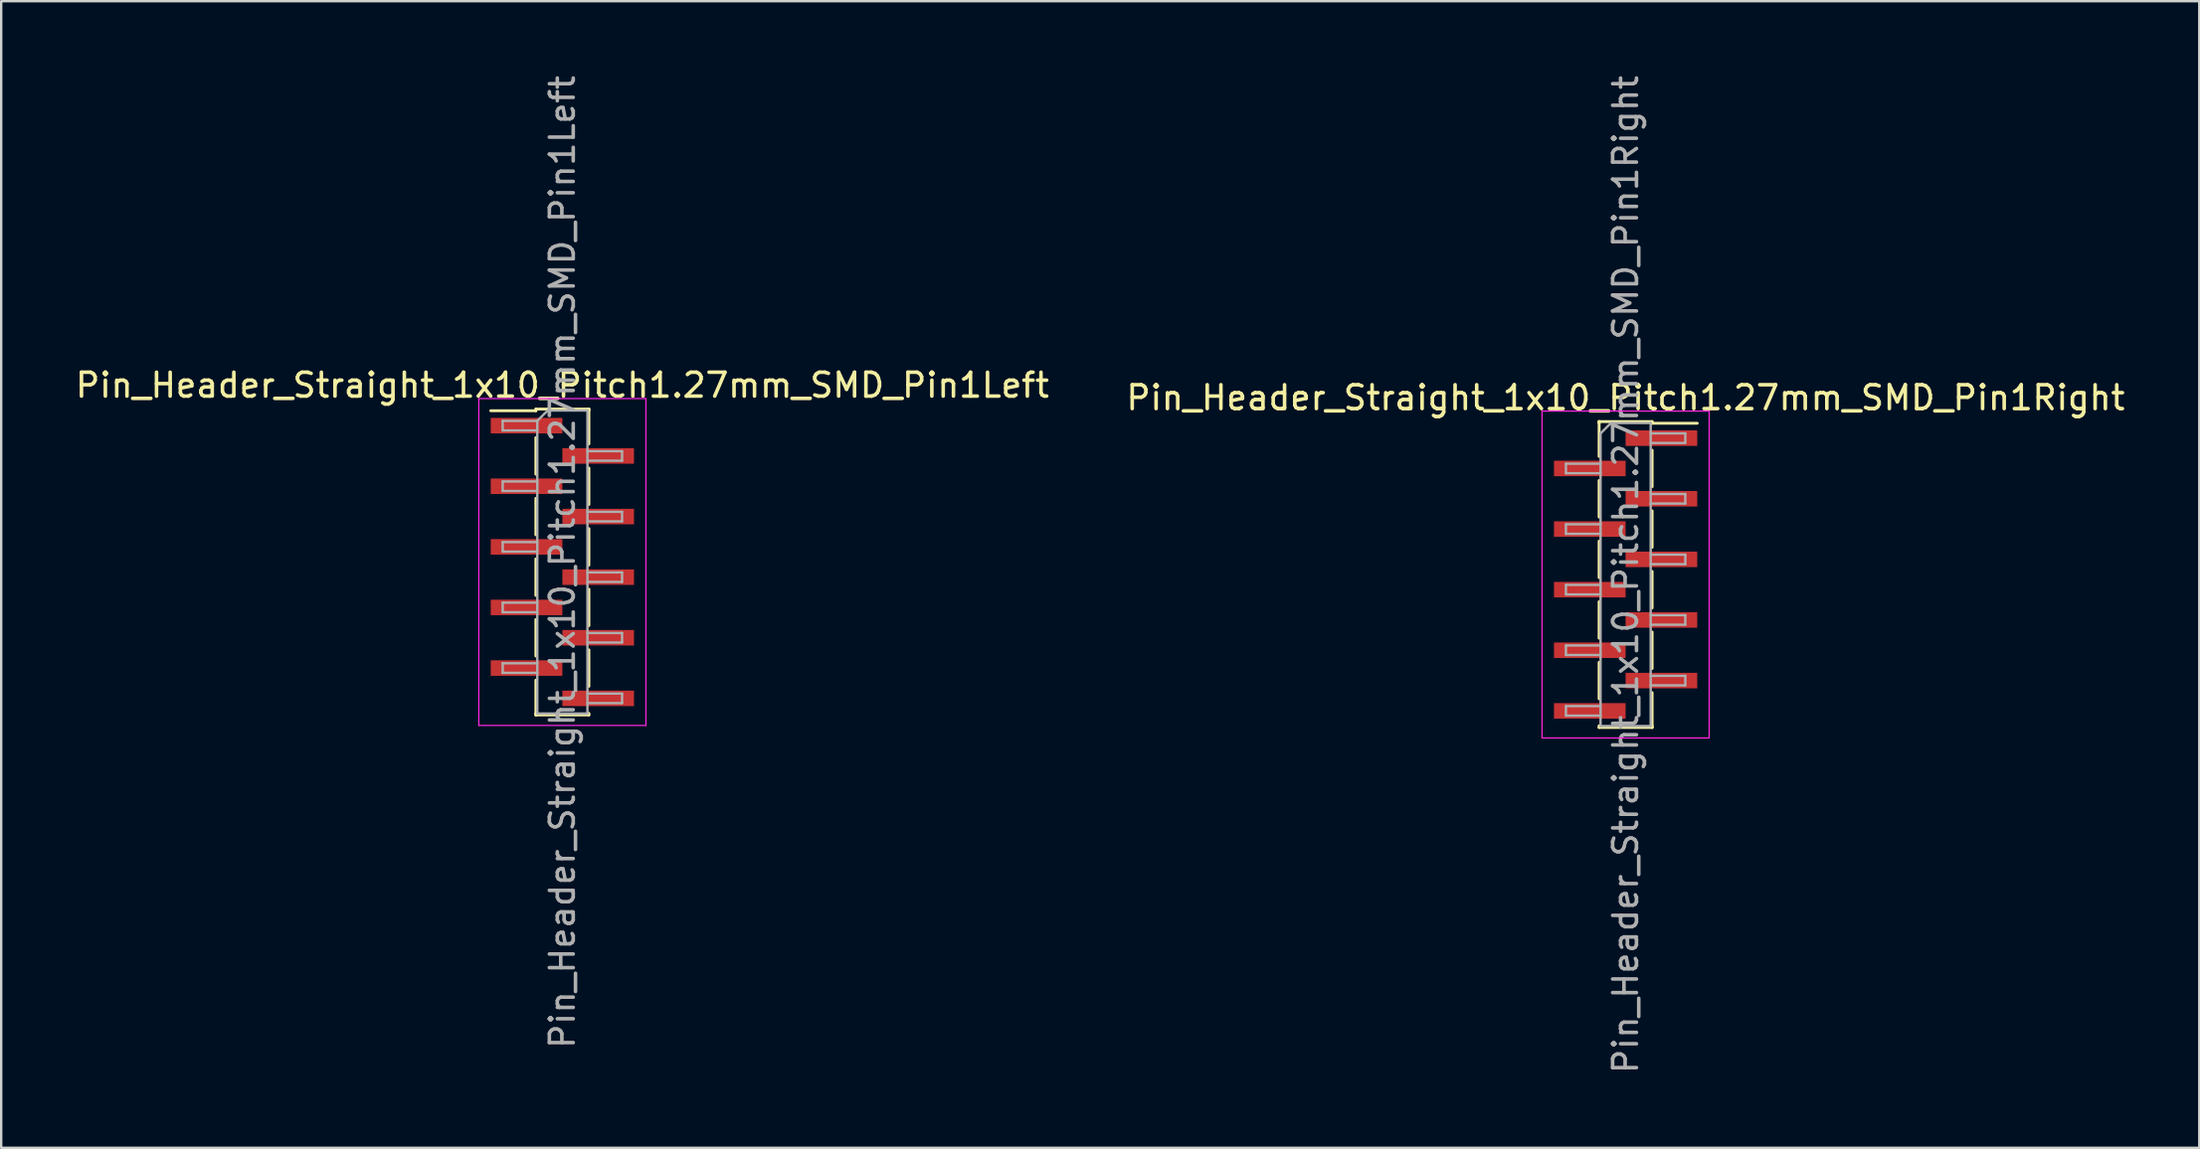
<source format=kicad_pcb>
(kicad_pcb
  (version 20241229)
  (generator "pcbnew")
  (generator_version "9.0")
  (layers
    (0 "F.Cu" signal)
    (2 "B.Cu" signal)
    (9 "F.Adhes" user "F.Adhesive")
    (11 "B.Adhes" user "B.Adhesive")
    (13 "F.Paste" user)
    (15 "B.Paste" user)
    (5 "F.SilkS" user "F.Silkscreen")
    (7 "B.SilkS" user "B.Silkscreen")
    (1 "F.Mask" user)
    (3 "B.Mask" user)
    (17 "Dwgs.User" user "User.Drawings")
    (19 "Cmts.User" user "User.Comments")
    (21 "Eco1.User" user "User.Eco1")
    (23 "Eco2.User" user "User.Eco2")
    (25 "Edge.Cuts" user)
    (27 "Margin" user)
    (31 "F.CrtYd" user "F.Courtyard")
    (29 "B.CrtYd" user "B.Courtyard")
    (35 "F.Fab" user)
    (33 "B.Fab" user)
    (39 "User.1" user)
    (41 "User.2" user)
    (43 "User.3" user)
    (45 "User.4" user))
  (footprint "Pin_Header_Straight_1x10_Pitch1.27mm_SMD_Pin1Left"
    (layer "F.Cu")
    (at 20.506 20.506)
    (property "Reference" "Pin_Header_Straight_1x10_Pitch1.27mm_SMD_Pin1Left" (at 0 -7.41 0) (layer "F.SilkS") (effects (font (size 1 1) (thickness 0.15))))
    (attr smd)
    (fp_line (start -1.11 -6.41) (end 1.11 -6.41) (stroke (width 0.12) (type solid)) (layer "F.SilkS"))
    (fp_line (start -1.11 -6.34) (end -3 -6.34) (stroke (width 0.12) (type solid)) (layer "F.SilkS"))
    (fp_line (start -1.11 -6.34) (end -1.11 -6.41) (stroke (width 0.12) (type solid)) (layer "F.SilkS"))
    (fp_line (start -1.11 -5.21) (end -1.11 -3.68) (stroke (width 0.12) (type solid)) (layer "F.SilkS"))
    (fp_line (start -1.11 -2.67) (end -1.11 -1.14) (stroke (width 0.12) (type solid)) (layer "F.SilkS"))
    (fp_line (start -1.11 -0.13) (end -1.11 1.4) (stroke (width 0.12) (type solid)) (layer "F.SilkS"))
    (fp_line (start -1.11 2.41) (end -1.11 3.94) (stroke (width 0.12) (type solid)) (layer "F.SilkS"))
    (fp_line (start -1.11 4.95) (end -1.11 6.41) (stroke (width 0.12) (type solid)) (layer "F.SilkS"))
    (fp_line (start -1.11 6.34) (end -1.11 6.41) (stroke (width 0.12) (type solid)) (layer "F.SilkS"))
    (fp_line (start -1.11 6.41) (end 1.11 6.41) (stroke (width 0.12) (type solid)) (layer "F.SilkS"))
    (fp_line (start 1.11 -6.41) (end 1.11 -6.34) (stroke (width 0.12) (type solid)) (layer "F.SilkS"))
    (fp_line (start 1.11 -6.41) (end 1.11 -4.95) (stroke (width 0.12) (type solid)) (layer "F.SilkS"))
    (fp_line (start 1.11 -3.94) (end 1.11 -2.41) (stroke (width 0.12) (type solid)) (layer "F.SilkS"))
    (fp_line (start 1.11 -1.4) (end 1.11 0.13) (stroke (width 0.12) (type solid)) (layer "F.SilkS"))
    (fp_line (start 1.11 1.14) (end 1.11 2.67) (stroke (width 0.12) (type solid)) (layer "F.SilkS"))
    (fp_line (start 1.11 3.68) (end 1.11 5.21) (stroke (width 0.12) (type solid)) (layer "F.SilkS"))
    (fp_line (start 1.11 6.41) (end 1.11 6.34) (stroke (width 0.12) (type solid)) (layer "F.SilkS"))
    (fp_line (start -3.5 -6.85) (end -3.5 6.85) (stroke (width 0.05) (type solid)) (layer "F.CrtYd"))
    (fp_line (start -3.5 6.85) (end 3.5 6.85) (stroke (width 0.05) (type solid)) (layer "F.CrtYd"))
    (fp_line (start 3.5 -6.85) (end -3.5 -6.85) (stroke (width 0.05) (type solid)) (layer "F.CrtYd"))
    (fp_line (start 3.5 6.85) (end 3.5 -6.85) (stroke (width 0.05) (type solid)) (layer "F.CrtYd"))
    (fp_line (start -2.5 -5.915) (end -2.5 -5.515) (stroke (width 0.1) (type solid)) (layer "F.Fab"))
    (fp_line (start -2.5 -5.515) (end -1.05 -5.515) (stroke (width 0.1) (type solid)) (layer "F.Fab"))
    (fp_line (start -2.5 -3.375) (end -2.5 -2.975) (stroke (width 0.1) (type solid)) (layer "F.Fab"))
    (fp_line (start -2.5 -2.975) (end -1.05 -2.975) (stroke (width 0.1) (type solid)) (layer "F.Fab"))
    (fp_line (start -2.5 -0.835) (end -2.5 -0.435) (stroke (width 0.1) (type solid)) (layer "F.Fab"))
    (fp_line (start -2.5 -0.435) (end -1.05 -0.435) (stroke (width 0.1) (type solid)) (layer "F.Fab"))
    (fp_line (start -2.5 1.705) (end -2.5 2.105) (stroke (width 0.1) (type solid)) (layer "F.Fab"))
    (fp_line (start -2.5 2.105) (end -1.05 2.105) (stroke (width 0.1) (type solid)) (layer "F.Fab"))
    (fp_line (start -2.5 4.245) (end -2.5 4.645) (stroke (width 0.1) (type solid)) (layer "F.Fab"))
    (fp_line (start -2.5 4.645) (end -1.05 4.645) (stroke (width 0.1) (type solid)) (layer "F.Fab"))
    (fp_line (start -1.05 -5.915) (end -2.5 -5.915) (stroke (width 0.1) (type solid)) (layer "F.Fab"))
    (fp_line (start -1.05 -5.915) (end -0.615 -6.35) (stroke (width 0.1) (type solid)) (layer "F.Fab"))
    (fp_line (start -1.05 -3.375) (end -2.5 -3.375) (stroke (width 0.1) (type solid)) (layer "F.Fab"))
    (fp_line (start -1.05 -0.835) (end -2.5 -0.835) (stroke (width 0.1) (type solid)) (layer "F.Fab"))
    (fp_line (start -1.05 1.705) (end -2.5 1.705) (stroke (width 0.1) (type solid)) (layer "F.Fab"))
    (fp_line (start -1.05 4.245) (end -2.5 4.245) (stroke (width 0.1) (type solid)) (layer "F.Fab"))
    (fp_line (start -1.05 6.35) (end -1.05 -5.915) (stroke (width 0.1) (type solid)) (layer "F.Fab"))
    (fp_line (start -0.615 -6.35) (end 1.05 -6.35) (stroke (width 0.1) (type solid)) (layer "F.Fab"))
    (fp_line (start 1.05 -6.35) (end 1.05 6.35) (stroke (width 0.1) (type solid)) (layer "F.Fab"))
    (fp_line (start 1.05 -4.645) (end 2.5 -4.645) (stroke (width 0.1) (type solid)) (layer "F.Fab"))
    (fp_line (start 1.05 -2.105) (end 2.5 -2.105) (stroke (width 0.1) (type solid)) (layer "F.Fab"))
    (fp_line (start 1.05 0.435) (end 2.5 0.435) (stroke (width 0.1) (type solid)) (layer "F.Fab"))
    (fp_line (start 1.05 2.975) (end 2.5 2.975) (stroke (width 0.1) (type solid)) (layer "F.Fab"))
    (fp_line (start 1.05 5.515) (end 2.5 5.515) (stroke (width 0.1) (type solid)) (layer "F.Fab"))
    (fp_line (start 1.05 6.35) (end -1.05 6.35) (stroke (width 0.1) (type solid)) (layer "F.Fab"))
    (fp_line (start 2.5 -4.645) (end 2.5 -4.245) (stroke (width 0.1) (type solid)) (layer "F.Fab"))
    (fp_line (start 2.5 -4.245) (end 1.05 -4.245) (stroke (width 0.1) (type solid)) (layer "F.Fab"))
    (fp_line (start 2.5 -2.105) (end 2.5 -1.705) (stroke (width 0.1) (type solid)) (layer "F.Fab"))
    (fp_line (start 2.5 -1.705) (end 1.05 -1.705) (stroke (width 0.1) (type solid)) (layer "F.Fab"))
    (fp_line (start 2.5 0.435) (end 2.5 0.835) (stroke (width 0.1) (type solid)) (layer "F.Fab"))
    (fp_line (start 2.5 0.835) (end 1.05 0.835) (stroke (width 0.1) (type solid)) (layer "F.Fab"))
    (fp_line (start 2.5 2.975) (end 2.5 3.375) (stroke (width 0.1) (type solid)) (layer "F.Fab"))
    (fp_line (start 2.5 3.375) (end 1.05 3.375) (stroke (width 0.1) (type solid)) (layer "F.Fab"))
    (fp_line (start 2.5 5.515) (end 2.5 5.915) (stroke (width 0.1) (type solid)) (layer "F.Fab"))
    (fp_line (start 2.5 5.915) (end 1.05 5.915) (stroke (width 0.1) (type solid)) (layer "F.Fab"))
    (fp_text user "${REFERENCE}" (at 0 0 90) (layer "F.Fab") (effects (font (size 1 1) (thickness 0.15))))
    (pad "1" smd rect (at -1.5 -5.715) (size 3 0.65) (layers "F.Cu" "F.Mask" "F.Paste"))
    (pad "2" smd rect (at 1.5 -4.445) (size 3 0.65) (layers "F.Cu" "F.Mask" "F.Paste"))
    (pad "3" smd rect (at -1.5 -3.175) (size 3 0.65) (layers "F.Cu" "F.Mask" "F.Paste"))
    (pad "4" smd rect (at 1.5 -1.905) (size 3 0.65) (layers "F.Cu" "F.Mask" "F.Paste"))
    (pad "5" smd rect (at -1.5 -0.635) (size 3 0.65) (layers "F.Cu" "F.Mask" "F.Paste"))
    (pad "6" smd rect (at 1.5 0.635) (size 3 0.65) (layers "F.Cu" "F.Mask" "F.Paste"))
    (pad "7" smd rect (at -1.5 1.905) (size 3 0.65) (layers "F.Cu" "F.Mask" "F.Paste"))
    (pad "8" smd rect (at 1.5 3.175) (size 3 0.65) (layers "F.Cu" "F.Mask" "F.Paste"))
    (pad "9" smd rect (at -1.5 4.445) (size 3 0.65) (layers "F.Cu" "F.Mask" "F.Paste"))
    (pad "10" smd rect (at 1.5 5.715) (size 3 0.65) (layers "F.Cu" "F.Mask" "F.Paste")))
  (footprint "Pin_Header_Straight_1x10_Pitch1.27mm_SMD_Pin1Right"
    (layer "F.Cu")
    (at 65.042 21.03)
    (property "Reference" "Pin_Header_Straight_1x10_Pitch1.27mm_SMD_Pin1Right" (at 0 -7.41 0) (layer "F.SilkS") (effects (font (size 1 1) (thickness 0.15))))
    (attr smd)
    (fp_line (start -1.11 -6.41) (end -1.11 -4.95) (stroke (width 0.12) (type solid)) (layer "F.SilkS"))
    (fp_line (start -1.11 -6.41) (end 1.11 -6.41) (stroke (width 0.12) (type solid)) (layer "F.SilkS"))
    (fp_line (start -1.11 -6.34) (end -1.11 -6.41) (stroke (width 0.12) (type solid)) (layer "F.SilkS"))
    (fp_line (start -1.11 -3.94) (end -1.11 -2.41) (stroke (width 0.12) (type solid)) (layer "F.SilkS"))
    (fp_line (start -1.11 -1.4) (end -1.11 0.13) (stroke (width 0.12) (type solid)) (layer "F.SilkS"))
    (fp_line (start -1.11 1.14) (end -1.11 2.67) (stroke (width 0.12) (type solid)) (layer "F.SilkS"))
    (fp_line (start -1.11 3.68) (end -1.11 5.21) (stroke (width 0.12) (type solid)) (layer "F.SilkS"))
    (fp_line (start -1.11 6.34) (end -1.11 6.41) (stroke (width 0.12) (type solid)) (layer "F.SilkS"))
    (fp_line (start -1.11 6.41) (end 1.11 6.41) (stroke (width 0.12) (type solid)) (layer "F.SilkS"))
    (fp_line (start 1.11 -6.41) (end 1.11 -6.34) (stroke (width 0.12) (type solid)) (layer "F.SilkS"))
    (fp_line (start 1.11 -6.34) (end 3 -6.34) (stroke (width 0.12) (type solid)) (layer "F.SilkS"))
    (fp_line (start 1.11 -5.21) (end 1.11 -3.68) (stroke (width 0.12) (type solid)) (layer "F.SilkS"))
    (fp_line (start 1.11 -2.67) (end 1.11 -1.14) (stroke (width 0.12) (type solid)) (layer "F.SilkS"))
    (fp_line (start 1.11 -0.13) (end 1.11 1.4) (stroke (width 0.12) (type solid)) (layer "F.SilkS"))
    (fp_line (start 1.11 2.41) (end 1.11 3.94) (stroke (width 0.12) (type solid)) (layer "F.SilkS"))
    (fp_line (start 1.11 4.95) (end 1.11 6.41) (stroke (width 0.12) (type solid)) (layer "F.SilkS"))
    (fp_line (start 1.11 6.41) (end 1.11 6.34) (stroke (width 0.12) (type solid)) (layer "F.SilkS"))
    (fp_line (start -3.5 -6.85) (end -3.5 6.85) (stroke (width 0.05) (type solid)) (layer "F.CrtYd"))
    (fp_line (start -3.5 6.85) (end 3.5 6.85) (stroke (width 0.05) (type solid)) (layer "F.CrtYd"))
    (fp_line (start 3.5 -6.85) (end -3.5 -6.85) (stroke (width 0.05) (type solid)) (layer "F.CrtYd"))
    (fp_line (start 3.5 6.85) (end 3.5 -6.85) (stroke (width 0.05) (type solid)) (layer "F.CrtYd"))
    (fp_line (start -2.5 -4.645) (end -2.5 -4.245) (stroke (width 0.1) (type solid)) (layer "F.Fab"))
    (fp_line (start -2.5 -4.245) (end -1.05 -4.245) (stroke (width 0.1) (type solid)) (layer "F.Fab"))
    (fp_line (start -2.5 -2.105) (end -2.5 -1.705) (stroke (width 0.1) (type solid)) (layer "F.Fab"))
    (fp_line (start -2.5 -1.705) (end -1.05 -1.705) (stroke (width 0.1) (type solid)) (layer "F.Fab"))
    (fp_line (start -2.5 0.435) (end -2.5 0.835) (stroke (width 0.1) (type solid)) (layer "F.Fab"))
    (fp_line (start -2.5 0.835) (end -1.05 0.835) (stroke (width 0.1) (type solid)) (layer "F.Fab"))
    (fp_line (start -2.5 2.975) (end -2.5 3.375) (stroke (width 0.1) (type solid)) (layer "F.Fab"))
    (fp_line (start -2.5 3.375) (end -1.05 3.375) (stroke (width 0.1) (type solid)) (layer "F.Fab"))
    (fp_line (start -2.5 5.515) (end -2.5 5.915) (stroke (width 0.1) (type solid)) (layer "F.Fab"))
    (fp_line (start -2.5 5.915) (end -1.05 5.915) (stroke (width 0.1) (type solid)) (layer "F.Fab"))
    (fp_line (start -1.05 -5.915) (end -0.615 -6.35) (stroke (width 0.1) (type solid)) (layer "F.Fab"))
    (fp_line (start -1.05 -4.645) (end -2.5 -4.645) (stroke (width 0.1) (type solid)) (layer "F.Fab"))
    (fp_line (start -1.05 -2.105) (end -2.5 -2.105) (stroke (width 0.1) (type solid)) (layer "F.Fab"))
    (fp_line (start -1.05 0.435) (end -2.5 0.435) (stroke (width 0.1) (type solid)) (layer "F.Fab"))
    (fp_line (start -1.05 2.975) (end -2.5 2.975) (stroke (width 0.1) (type solid)) (layer "F.Fab"))
    (fp_line (start -1.05 5.515) (end -2.5 5.515) (stroke (width 0.1) (type solid)) (layer "F.Fab"))
    (fp_line (start -1.05 6.35) (end -1.05 -5.915) (stroke (width 0.1) (type solid)) (layer "F.Fab"))
    (fp_line (start -0.615 -6.35) (end 1.05 -6.35) (stroke (width 0.1) (type solid)) (layer "F.Fab"))
    (fp_line (start 1.05 -6.35) (end 1.05 6.35) (stroke (width 0.1) (type solid)) (layer "F.Fab"))
    (fp_line (start 1.05 -5.915) (end 2.5 -5.915) (stroke (width 0.1) (type solid)) (layer "F.Fab"))
    (fp_line (start 1.05 -3.375) (end 2.5 -3.375) (stroke (width 0.1) (type solid)) (layer "F.Fab"))
    (fp_line (start 1.05 -0.835) (end 2.5 -0.835) (stroke (width 0.1) (type solid)) (layer "F.Fab"))
    (fp_line (start 1.05 1.705) (end 2.5 1.705) (stroke (width 0.1) (type solid)) (layer "F.Fab"))
    (fp_line (start 1.05 4.245) (end 2.5 4.245) (stroke (width 0.1) (type solid)) (layer "F.Fab"))
    (fp_line (start 1.05 6.35) (end -1.05 6.35) (stroke (width 0.1) (type solid)) (layer "F.Fab"))
    (fp_line (start 2.5 -5.915) (end 2.5 -5.515) (stroke (width 0.1) (type solid)) (layer "F.Fab"))
    (fp_line (start 2.5 -5.515) (end 1.05 -5.515) (stroke (width 0.1) (type solid)) (layer "F.Fab"))
    (fp_line (start 2.5 -3.375) (end 2.5 -2.975) (stroke (width 0.1) (type solid)) (layer "F.Fab"))
    (fp_line (start 2.5 -2.975) (end 1.05 -2.975) (stroke (width 0.1) (type solid)) (layer "F.Fab"))
    (fp_line (start 2.5 -0.835) (end 2.5 -0.435) (stroke (width 0.1) (type solid)) (layer "F.Fab"))
    (fp_line (start 2.5 -0.435) (end 1.05 -0.435) (stroke (width 0.1) (type solid)) (layer "F.Fab"))
    (fp_line (start 2.5 1.705) (end 2.5 2.105) (stroke (width 0.1) (type solid)) (layer "F.Fab"))
    (fp_line (start 2.5 2.105) (end 1.05 2.105) (stroke (width 0.1) (type solid)) (layer "F.Fab"))
    (fp_line (start 2.5 4.245) (end 2.5 4.645) (stroke (width 0.1) (type solid)) (layer "F.Fab"))
    (fp_line (start 2.5 4.645) (end 1.05 4.645) (stroke (width 0.1) (type solid)) (layer "F.Fab"))
    (fp_text user "${REFERENCE}" (at 0 0 90) (layer "F.Fab") (effects (font (size 1 1) (thickness 0.15))))
    (pad "1" smd rect (at 1.5 -5.715) (size 3 0.65) (layers "F.Cu" "F.Mask" "F.Paste"))
    (pad "2" smd rect (at -1.5 -4.445) (size 3 0.65) (layers "F.Cu" "F.Mask" "F.Paste"))
    (pad "3" smd rect (at 1.5 -3.175) (size 3 0.65) (layers "F.Cu" "F.Mask" "F.Paste"))
    (pad "4" smd rect (at -1.5 -1.905) (size 3 0.65) (layers "F.Cu" "F.Mask" "F.Paste"))
    (pad "5" smd rect (at 1.5 -0.635) (size 3 0.65) (layers "F.Cu" "F.Mask" "F.Paste"))
    (pad "6" smd rect (at -1.5 0.635) (size 3 0.65) (layers "F.Cu" "F.Mask" "F.Paste"))
    (pad "7" smd rect (at 1.5 1.905) (size 3 0.65) (layers "F.Cu" "F.Mask" "F.Paste"))
    (pad "8" smd rect (at -1.5 3.175) (size 3 0.65) (layers "F.Cu" "F.Mask" "F.Paste"))
    (pad "9" smd rect (at 1.5 4.445) (size 3 0.65) (layers "F.Cu" "F.Mask" "F.Paste"))
    (pad "10" smd rect (at -1.5 5.715) (size 3 0.65) (layers "F.Cu" "F.Mask" "F.Paste")))
  (gr_rect
    (start -3 -3)
    (end 89.071 45.06)
    (stroke (width 0.1) (type default))
    (fill no)
    (layer "Edge.Cuts")))
</source>
